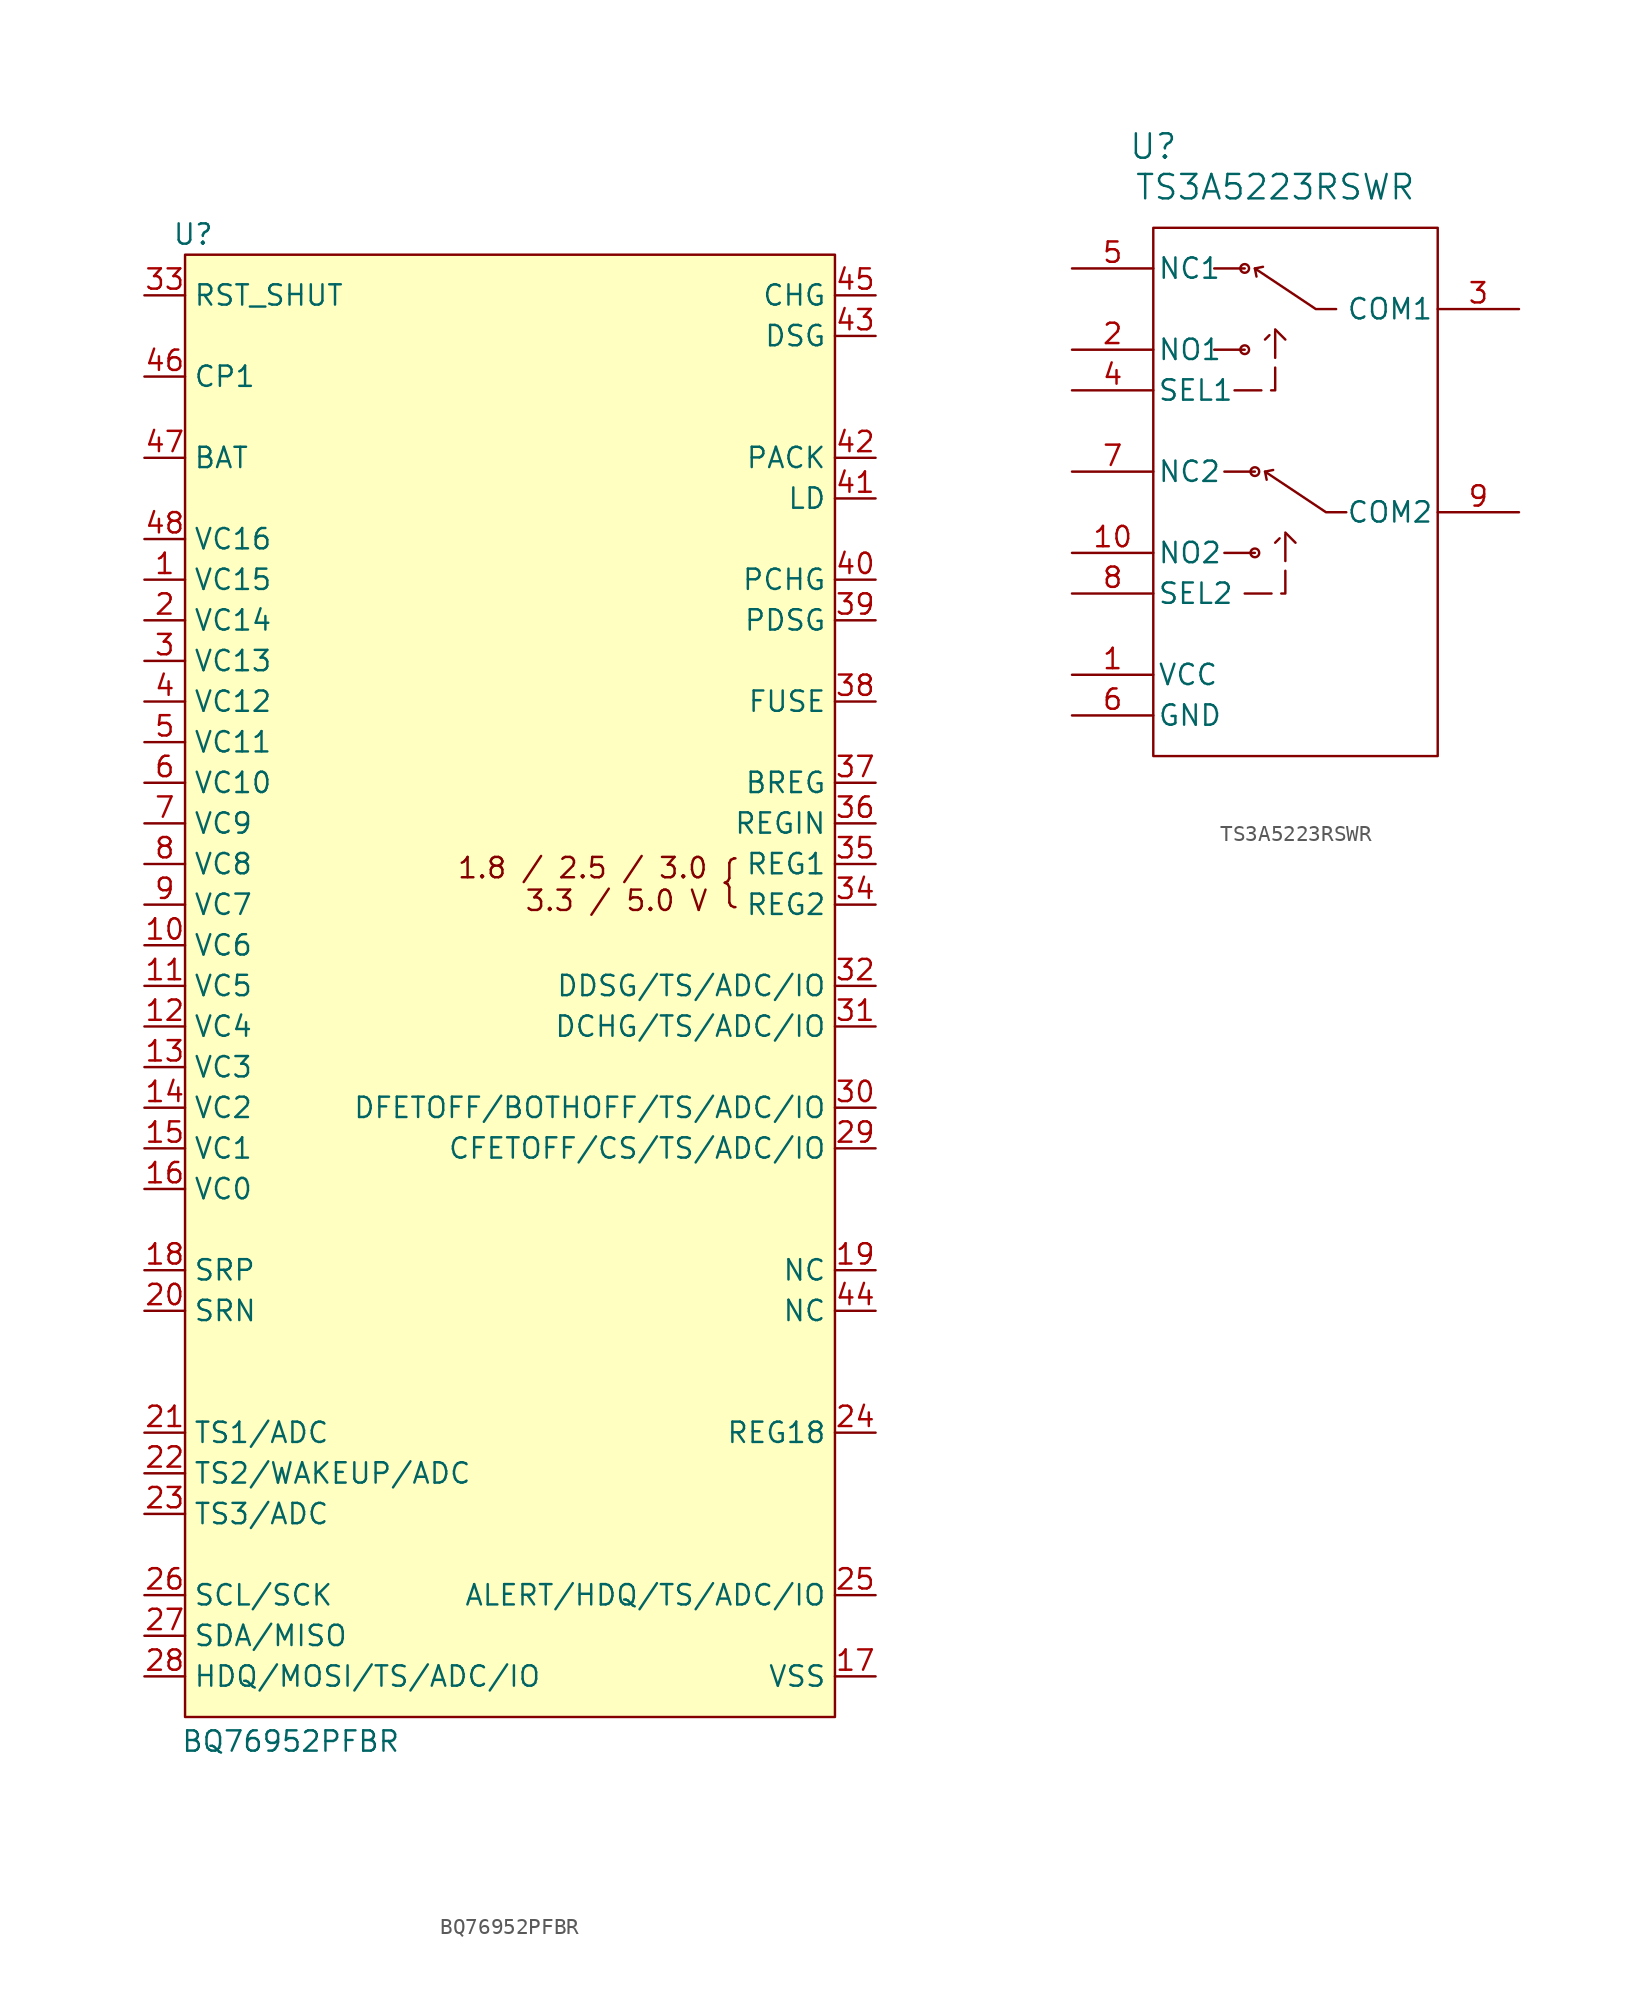
<source format=kicad_sym>
(kicad_symbol_lib
  (version 20241209)
  (generator "kicad_symbol_editor")
  (generator_version "9.0")
  (symbol "BQ76952PFBR"
    (property "Reference" "U"
      (at 0.508 1.27 0)
      (effects (font (size 1.27 1.27))))
    (property "Value" "BQ76952PFBR"
      (at 6.604 -92.964 0)
      (effects (font (size 1.27 1.27))))
    (symbol "BQ76952PFBR_0_0"
      (pin input line (at -2.54 -2.54 0) (length 2.54) (name "RST_SHUT" (effects (font (size 1.27 1.27)))) (number "33" (effects (font (size 1.27 1.27)))))
      (pin bidirectional line (at -2.54 -7.62 0) (length 2.54) (name "CP1" (effects (font (size 1.27 1.27)))) (number "46" (effects (font (size 1.27 1.27)))))
      (pin power_in line (at -2.54 -12.7 0) (length 2.54) (name "BAT" (effects (font (size 1.27 1.27)))) (number "47" (effects (font (size 1.27 1.27)))))
      (pin input line (at -2.54 -17.78 0) (length 2.54) (name "VC16" (effects (font (size 1.27 1.27)))) (number "48" (effects (font (size 1.27 1.27)))))
      (pin input line (at -2.54 -20.32 0) (length 2.54) (name "VC15" (effects (font (size 1.27 1.27)))) (number "1" (effects (font (size 1.27 1.27)))))
      (pin input line (at -2.54 -22.86 0) (length 2.54) (name "VC14" (effects (font (size 1.27 1.27)))) (number "2" (effects (font (size 1.27 1.27)))))
      (pin input line (at -2.54 -25.4 0) (length 2.54) (name "VC13" (effects (font (size 1.27 1.27)))) (number "3" (effects (font (size 1.27 1.27)))))
      (pin input line (at -2.54 -27.94 0) (length 2.54) (name "VC12" (effects (font (size 1.27 1.27)))) (number "4" (effects (font (size 1.27 1.27)))))
      (pin input line (at -2.54 -30.48 0) (length 2.54) (name "VC11" (effects (font (size 1.27 1.27)))) (number "5" (effects (font (size 1.27 1.27)))))
      (pin input line (at -2.54 -33.02 0) (length 2.54) (name "VC10" (effects (font (size 1.27 1.27)))) (number "6" (effects (font (size 1.27 1.27)))))
      (pin input line (at -2.54 -35.56 0) (length 2.54) (name "VC9" (effects (font (size 1.27 1.27)))) (number "7" (effects (font (size 1.27 1.27)))))
      (pin input line (at -2.54 -38.1 0) (length 2.54) (name "VC8" (effects (font (size 1.27 1.27)))) (number "8" (effects (font (size 1.27 1.27)))))
      (pin input line (at -2.54 -40.64 0) (length 2.54) (name "VC7" (effects (font (size 1.27 1.27)))) (number "9" (effects (font (size 1.27 1.27)))))
      (pin input line (at -2.54 -43.18 0) (length 2.54) (name "VC6" (effects (font (size 1.27 1.27)))) (number "10" (effects (font (size 1.27 1.27)))))
      (pin input line (at -2.54 -45.72 0) (length 2.54) (name "VC5" (effects (font (size 1.27 1.27)))) (number "11" (effects (font (size 1.27 1.27)))))
      (pin input line (at -2.54 -48.26 0) (length 2.54) (name "VC4" (effects (font (size 1.27 1.27)))) (number "12" (effects (font (size 1.27 1.27)))))
      (pin input line (at -2.54 -50.8 0) (length 2.54) (name "VC3" (effects (font (size 1.27 1.27)))) (number "13" (effects (font (size 1.27 1.27)))))
      (pin input line (at -2.54 -53.34 0) (length 2.54) (name "VC2" (effects (font (size 1.27 1.27)))) (number "14" (effects (font (size 1.27 1.27)))))
      (pin input line (at -2.54 -55.88 0) (length 2.54) (name "VC1" (effects (font (size 1.27 1.27)))) (number "15" (effects (font (size 1.27 1.27)))))
      (pin input line (at -2.54 -58.42 0) (length 2.54) (name "VC0" (effects (font (size 1.27 1.27)))) (number "16" (effects (font (size 1.27 1.27)))))
      (pin input line (at -2.54 -63.5 0) (length 2.54) (name "SRP" (effects (font (size 1.27 1.27)))) (number "18" (effects (font (size 1.27 1.27)))))
      (pin input line (at -2.54 -66.04 0) (length 2.54) (name "SRN" (effects (font (size 1.27 1.27)))) (number "20" (effects (font (size 1.27 1.27)))))
      (pin output line (at 43.18 -2.54 180) (length 2.54) (name "CHG" (effects (font (size 1.27 1.27)))) (number "45" (effects (font (size 1.27 1.27)))))
      (pin output line (at 43.18 -5.08 180) (length 2.54) (name "DSG" (effects (font (size 1.27 1.27)))) (number "43" (effects (font (size 1.27 1.27)))))
      (pin input line (at 43.18 -12.7 180) (length 2.54) (name "PACK" (effects (font (size 1.27 1.27)))) (number "42" (effects (font (size 1.27 1.27)))))
      (pin bidirectional line (at 43.18 -15.24 180) (length 2.54) (name "LD" (effects (font (size 1.27 1.27)))) (number "41" (effects (font (size 1.27 1.27)))))
      (pin output line (at 43.18 -20.32 180) (length 2.54) (name "PCHG" (effects (font (size 1.27 1.27)))) (number "40" (effects (font (size 1.27 1.27)))))
      (pin output line (at 43.18 -22.86 180) (length 2.54) (name "PDSG" (effects (font (size 1.27 1.27)))) (number "39" (effects (font (size 1.27 1.27)))))
      (pin bidirectional line (at 43.18 -27.94 180) (length 2.54) (name "FUSE" (effects (font (size 1.27 1.27)))) (number "38" (effects (font (size 1.27 1.27)))))
      (pin output line (at 43.18 -33.02 180) (length 2.54) (name "BREG" (effects (font (size 1.27 1.27)))) (number "37" (effects (font (size 1.27 1.27)))))
      (pin input line (at 43.18 -35.56 180) (length 2.54) (name "REGIN" (effects (font (size 1.27 1.27)))) (number "36" (effects (font (size 1.27 1.27)))))
      (pin power_out line (at 43.18 -38.1 180) (length 2.54) (name "REG1" (effects (font (size 1.27 1.27)))) (number "35" (effects (font (size 1.27 1.27)))))
      (pin power_out line (at 43.18 -40.64 180) (length 2.54) (name "REG2" (effects (font (size 1.27 1.27)))) (number "34" (effects (font (size 1.27 1.27)))))
      (pin passive line (at 43.18 -63.5 180) (length 2.54) (name "NC" (effects (font (size 1.27 1.27)))) (number "19" (effects (font (size 1.27 1.27)))))
      (pin passive line (at 43.18 -66.04 180) (length 2.54) (name "NC" (effects (font (size 1.27 1.27)))) (number "44" (effects (font (size 1.27 1.27)))))
      (pin power_out line (at 43.18 -73.66 180) (length 2.54) (name "REG18" (effects (font (size 1.27 1.27)))) (number "24" (effects (font (size 1.27 1.27)))))
      (pin power_out line (at 43.18 -88.9 180) (length 2.54) (name "VSS" (effects (font (size 1.27 1.27)))) (number "17" (effects (font (size 1.27 1.27))))))
    (symbol "BQ76952PFBR_1_0"
      (pin bidirectional line (at -2.54 -73.66 0) (length 2.54) (name "TS1/ADC" (effects (font (size 1.27 1.27)))) (number "21" (effects (font (size 1.27 1.27)))))
      (pin bidirectional line (at -2.54 -76.2 0) (length 2.54) (name "TS2/WAKEUP/ADC" (effects (font (size 1.27 1.27)))) (number "22" (effects (font (size 1.27 1.27)))))
      (pin bidirectional line (at -2.54 -78.74 0) (length 2.54) (name "TS3/ADC" (effects (font (size 1.27 1.27)))) (number "23" (effects (font (size 1.27 1.27)))))
      (pin bidirectional line (at -2.54 -83.82 0) (length 2.54) (name "SCL/SCK" (effects (font (size 1.27 1.27)))) (number "26" (effects (font (size 1.27 1.27)))))
      (pin bidirectional line (at -2.54 -86.36 0) (length 2.54) (name "SDA/MISO" (effects (font (size 1.27 1.27)))) (number "27" (effects (font (size 1.27 1.27)))))
      (pin bidirectional line (at -2.54 -88.9 0) (length 2.54) (name "HDQ/MOSI/TS/ADC/IO" (effects (font (size 1.27 1.27)))) (number "28" (effects (font (size 1.27 1.27)))))
      (pin bidirectional line (at 43.18 -45.72 180) (length 2.54) (name "DDSG/TS/ADC/IO" (effects (font (size 1.27 1.27)))) (number "32" (effects (font (size 1.27 1.27)))))
      (pin bidirectional line (at 43.18 -48.26 180) (length 2.54) (name "DCHG/TS/ADC/IO" (effects (font (size 1.27 1.27)))) (number "31" (effects (font (size 1.27 1.27)))))
      (pin bidirectional line (at 43.18 -53.34 180) (length 2.54) (name "DFETOFF/BOTHOFF/TS/ADC/IO" (effects (font (size 1.27 1.27)))) (number "30" (effects (font (size 1.27 1.27)))))
      (pin bidirectional line (at 43.18 -55.88 180) (length 2.54) (name "CFETOFF/CS/TS/ADC/IO" (effects (font (size 1.27 1.27)))) (number "29" (effects (font (size 1.27 1.27)))))
      (pin bidirectional line (at 43.18 -83.82 180) (length 2.54) (name "ALERT/HDQ/TS/ADC/IO" (effects (font (size 1.27 1.27)))) (number "25" (effects (font (size 1.27 1.27))))))
    (symbol "BQ76952PFBR_1_1"
      (rectangle (start 0 0) (end 40.64 -91.44) (stroke (width 0) (type solid)) (fill (type background)))
      (text "1.8 / 2.5 / 3.0\n3.3 / 5.0 V" (at 32.766 -39.37 0) (effects (font (size 1.27 1.27)) (justify right)))
      (text "{" (at 34.036 -39.116 0) (effects (font (size 2 2))))))
  (symbol "TS3A5223RSWR"
    (pin_names
      (offset 0.254))
    (property "Reference" "U"
      (at 0 5.08 0)
      (effects (font (size 1.524 1.524))))
    (property "Value" "TS3A5223RSWR"
      (at 7.62 2.54 0)
      (effects (font (size 1.524 1.524))))
    (symbol "TS3A5223RSWR_0_1"
      (pin bidirectional line (at -5.08 -2.54 0) (length 5.08) (name "NC1" (effects (font (size 1.27 1.27)))) (number "5" (effects (font (size 1.27 1.27)))))
      (pin bidirectional line (at -5.08 -7.62 0) (length 5.08) (name "NO1" (effects (font (size 1.27 1.27)))) (number "2" (effects (font (size 1.27 1.27)))))
      (pin input line (at -5.08 -10.16 0) (length 5.08) (name "SEL1" (effects (font (size 1.27 1.27)))) (number "4" (effects (font (size 1.27 1.27)))))
      (pin bidirectional line (at -5.08 -15.24 0) (length 5.08) (name "NC2" (effects (font (size 1.27 1.27)))) (number "7" (effects (font (size 1.27 1.27)))))
      (pin bidirectional line (at -5.08 -20.32 0) (length 5.08) (name "NO2" (effects (font (size 1.27 1.27)))) (number "10" (effects (font (size 1.27 1.27)))))
      (pin input line (at -5.08 -22.86 0) (length 5.08) (name "SEL2" (effects (font (size 1.27 1.27)))) (number "8" (effects (font (size 1.27 1.27)))))
      (pin power_in line (at -5.08 -27.94 0) (length 5.08) (name "VCC" (effects (font (size 1.27 1.27)))) (number "1" (effects (font (size 1.27 1.27)))))
      (pin power_in line (at -5.08 -30.48 0) (length 5.08) (name "GND" (effects (font (size 1.27 1.27)))) (number "6" (effects (font (size 1.27 1.27)))))
      (pin bidirectional line (at 22.86 -5.08 180) (length 5.08) (name "COM1" (effects (font (size 1.27 1.27)))) (number "3" (effects (font (size 1.27 1.27)))))
      (pin bidirectional line (at 22.86 -17.78 180) (length 5.08) (name "COM2" (effects (font (size 1.27 1.27)))) (number "9" (effects (font (size 1.27 1.27))))))
    (symbol "TS3A5223RSWR_1_1"
      (rectangle (start 0 0) (end 17.78 -33.02) (stroke (width 0) (type default)) (fill (type none)))
      (polyline (pts (xy 5.08 -10.16) (xy 7.62 -10.16) (xy 7.62 -6.35) (xy 6.985 -6.985)) (stroke (width 0) (type dash)) (fill (type none)))
      (polyline (pts (xy 5.715 -2.54) (xy 3.81 -2.54)) (stroke (width 0) (type default)) (fill (type none)))
      (circle (center 5.715 -2.54) (radius 0.271) (stroke (width 0) (type default)) (fill (type none)))
      (polyline (pts (xy 5.715 -7.62) (xy 3.81 -7.62)) (stroke (width 0) (type default)) (fill (type none)))
      (circle (center 5.715 -7.62) (radius 0.271) (stroke (width 0) (type default)) (fill (type none)))
      (polyline (pts (xy 5.715 -22.86) (xy 8.255 -22.86) (xy 8.255 -19.05) (xy 7.62 -19.685)) (stroke (width 0) (type dash)) (fill (type none)))
      (polyline (pts (xy 6.35 -2.54) (xy 6.858 -2.438)) (stroke (width 0) (type default)) (fill (type none)))
      (polyline (pts (xy 6.35 -15.24) (xy 4.445 -15.24)) (stroke (width 0) (type default)) (fill (type none)))
      (circle (center 6.35 -15.24) (radius 0.271) (stroke (width 0) (type default)) (fill (type none)))
      (polyline (pts (xy 6.35 -20.32) (xy 4.445 -20.32)) (stroke (width 0) (type default)) (fill (type none)))
      (circle (center 6.35 -20.32) (radius 0.271) (stroke (width 0) (type default)) (fill (type none)))
      (polyline (pts (xy 6.985 -15.24) (xy 7.493 -15.138)) (stroke (width 0) (type default)) (fill (type none)))
      (polyline (pts (xy 7.62 -6.35) (xy 8.255 -6.985)) (stroke (width 0) (type default)) (fill (type none)))
      (polyline (pts (xy 8.255 -19.05) (xy 8.89 -19.685)) (stroke (width 0) (type default)) (fill (type none)))
      (polyline (pts (xy 11.43 -5.08) (xy 10.16 -5.08) (xy 6.35 -2.54) (xy 6.452 -3.048)) (stroke (width 0) (type default)) (fill (type none)))
      (polyline (pts (xy 12.065 -17.78) (xy 10.795 -17.78) (xy 6.985 -15.24) (xy 7.087 -15.748)) (stroke (width 0) (type default)) (fill (type none))))))
</source>
